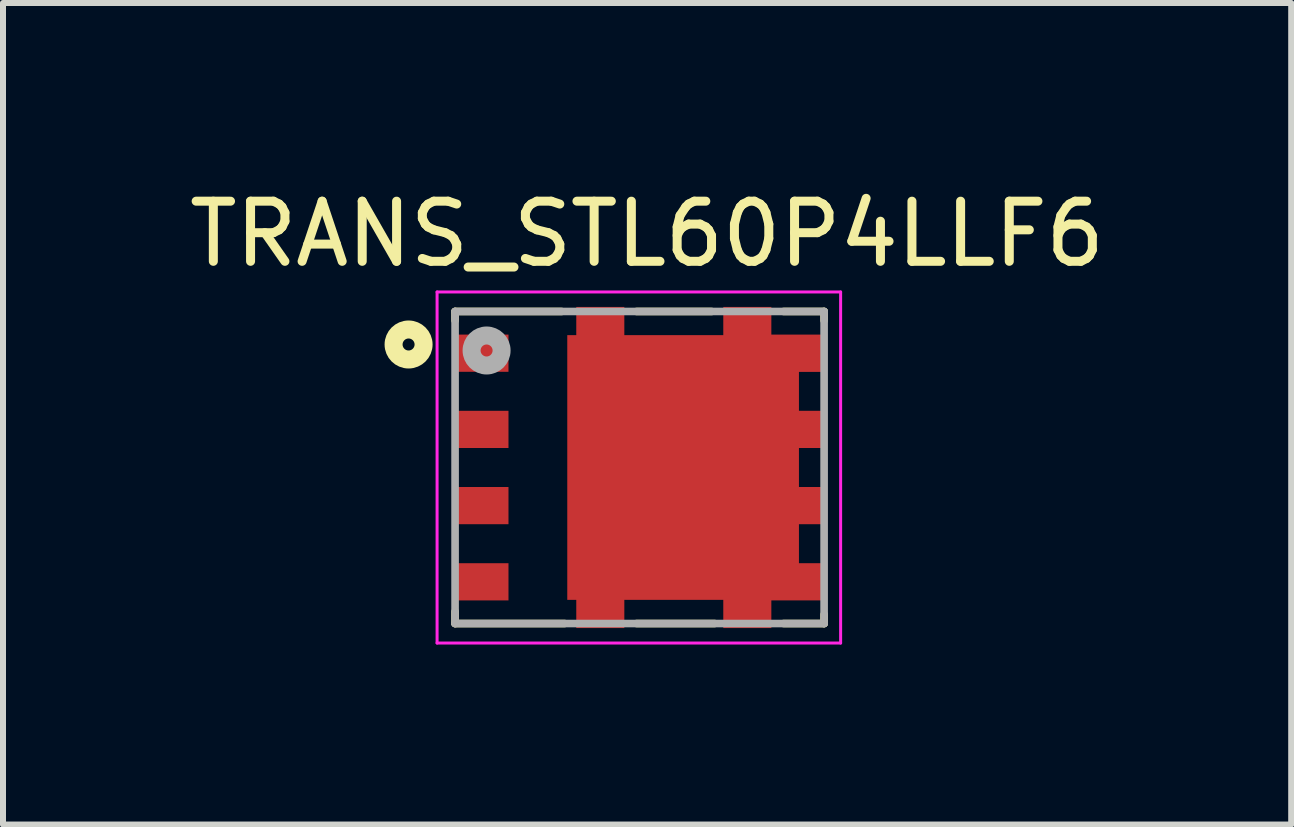
<source format=kicad_pcb>
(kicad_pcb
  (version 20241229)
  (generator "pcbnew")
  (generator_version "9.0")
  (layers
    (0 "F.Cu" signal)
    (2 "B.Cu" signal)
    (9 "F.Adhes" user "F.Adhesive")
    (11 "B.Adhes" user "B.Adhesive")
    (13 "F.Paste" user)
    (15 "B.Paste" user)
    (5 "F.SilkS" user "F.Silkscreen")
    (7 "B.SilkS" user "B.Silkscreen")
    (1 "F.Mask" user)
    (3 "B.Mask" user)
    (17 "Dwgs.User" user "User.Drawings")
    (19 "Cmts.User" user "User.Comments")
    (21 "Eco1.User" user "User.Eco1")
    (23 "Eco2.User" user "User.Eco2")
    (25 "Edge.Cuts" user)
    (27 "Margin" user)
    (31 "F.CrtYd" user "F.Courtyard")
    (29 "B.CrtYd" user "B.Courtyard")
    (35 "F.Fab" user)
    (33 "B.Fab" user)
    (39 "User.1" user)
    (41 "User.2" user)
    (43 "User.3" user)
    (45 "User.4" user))
  (footprint "TRANS_STL60P4LLF6"
    (layer "F.Cu")
    (at 7.609 4.741)
    (property "Reference" "TRANS_STL60P4LLF6" (at 0.125 -3.892 0) (layer "F.SilkS") (effects (font (size 1.002 1.002) (thickness 0.15))))
    (attr through_hole)
    (fp_poly (pts (xy -1.302 -2.3) (xy 2.75 -2.3) (xy 2.75 2.303) (xy -1.302 2.303)) (stroke (width 0.01) (type solid)) (fill yes) (layer "F.Mask"))
    (fp_poly (pts (xy -1.101 -2.75) (xy -0.2 -2.75) (xy -0.2 -2.253) (xy -1.101 -2.253)) (stroke (width 0.01) (type solid)) (fill yes) (layer "F.Mask"))
    (fp_poly (pts (xy -1.101 2.25) (xy -0.2 2.25) (xy -0.2 2.752) (xy -1.101 2.752)) (stroke (width 0.01) (type solid)) (fill yes) (layer "F.Mask"))
    (fp_poly (pts (xy 1.35 -2.75) (xy 2.25 -2.75) (xy 2.25 -2.251) (xy 1.35 -2.251)) (stroke (width 0.01) (type solid)) (fill yes) (layer "F.Mask"))
    (fp_poly (pts (xy 1.351 2.25) (xy 2.25 2.25) (xy 2.25 2.752) (xy 1.351 2.752)) (stroke (width 0.01) (type solid)) (fill yes) (layer "F.Mask"))
    (fp_line (start -3.075 -2.6) (end -3.075 -2.45) (stroke (width 0.127) (type solid)) (layer "F.SilkS"))
    (fp_line (start -3.075 -2.6) (end -1.3 -2.6) (stroke (width 0.127) (type solid)) (layer "F.SilkS"))
    (fp_line (start -3.075 2.4) (end -3.075 2.6) (stroke (width 0.127) (type solid)) (layer "F.SilkS"))
    (fp_line (start -3.075 2.6) (end -1.25 2.6) (stroke (width 0.127) (type solid)) (layer "F.SilkS"))
    (fp_line (start -0.05 -2.6) (end 1.2 -2.6) (stroke (width 0.127) (type solid)) (layer "F.SilkS"))
    (fp_line (start 1.25 2.6) (end -0.05 2.6) (stroke (width 0.127) (type solid)) (layer "F.SilkS"))
    (fp_line (start 2.4 -2.6) (end 3.075 -2.6) (stroke (width 0.127) (type solid)) (layer "F.SilkS"))
    (fp_line (start 3.075 -2.6) (end 3.075 -2.45) (stroke (width 0.127) (type solid)) (layer "F.SilkS"))
    (fp_line (start 3.075 2.45) (end 3.075 2.6) (stroke (width 0.127) (type solid)) (layer "F.SilkS"))
    (fp_line (start 3.075 2.6) (end 2.4 2.6) (stroke (width 0.127) (type solid)) (layer "F.SilkS"))
    (fp_circle (center -3.85 -2.05) (end -3.75 -2.05) (stroke (width 0.3) (type solid)) (fill no) (layer "F.SilkS"))
    (fp_poly (pts (xy -0.701 -1.55) (xy 1.7 -1.55) (xy 1.7 1.552) (xy -0.701 1.552)) (stroke (width 0.01) (type solid)) (fill yes) (layer "F.Paste"))
    (fp_line (start -3.375 -2.925) (end 3.35 -2.925) (stroke (width 0.05) (type solid)) (layer "F.CrtYd"))
    (fp_line (start -3.375 2.925) (end -3.375 -2.925) (stroke (width 0.05) (type solid)) (layer "F.CrtYd"))
    (fp_line (start 3.35 -2.925) (end 3.35 2.925) (stroke (width 0.05) (type solid)) (layer "F.CrtYd"))
    (fp_line (start 3.35 2.925) (end -3.375 2.925) (stroke (width 0.05) (type solid)) (layer "F.CrtYd"))
    (fp_line (start -3.075 -2.6) (end 3.075 -2.6) (stroke (width 0.127) (type solid)) (layer "F.Fab"))
    (fp_line (start -3.075 2.6) (end -3.075 -2.6) (stroke (width 0.127) (type solid)) (layer "F.Fab"))
    (fp_line (start 3.075 -2.6) (end 3.075 2.6) (stroke (width 0.127) (type solid)) (layer "F.Fab"))
    (fp_line (start 3.075 2.6) (end -3.075 2.6) (stroke (width 0.127) (type solid)) (layer "F.Fab"))
    (fp_circle (center -2.55 -1.95) (end -2.45 -1.95) (stroke (width 0.3) (type solid)) (fill no) (layer "F.Fab"))
    (pad "1" smd rect (at -2.655 -1.905) (size 0.94 0.62) (layers "F.Cu" "F.Mask" "F.Paste"))
    (pad "2" smd rect (at -2.655 -0.635) (size 0.94 0.62) (layers "F.Cu" "F.Mask" "F.Paste"))
    (pad "3" smd rect (at -2.655 0.635) (size 0.94 0.62) (layers "F.Cu" "F.Mask" "F.Paste"))
    (pad "4" smd rect (at -2.655 1.905) (size 0.94 0.62) (layers "F.Cu" "F.Mask" "F.Paste"))
    (pad "5" smd custom (at 2.655 1.905) (size 0.94 0.62) (layers "F.Cu" "F.Mask" "F.Paste") (options (anchor rect)) (primitives (gr_poly (pts (xy 0.465 -4.11) (xy 0.465 -3.505) (xy 0 -3.505) (xy 0 -2.845) (xy 0.465 -2.845) (xy 0.465 -2.235) (xy 0 -2.235) (xy 0 -1.575) (xy 0.465 -1.575) (xy 0.465 -0.965) (xy 0 -0.965) (xy 0 -0.305) (xy 0.465 -0.305) (xy 0.465 0.3) (xy -0.46 0.3) (xy -0.46 0.77) (xy -1.26 0.77) (xy -1.26 0.3) (xy -2.91 0.3) (xy -2.91 0.77) (xy -3.71 0.77) (xy -3.71 0.3) (xy -3.86 0.3) (xy -3.86 -4.11) (xy -3.71 -4.11) (xy -3.71 -4.58) (xy -2.91 -4.58) (xy -2.91 -4.11) (xy -1.26 -4.11) (xy -1.26 -4.58) (xy -0.46 -4.58) (xy -0.46 -4.11)) (width 0.001) (fill yes))))
    (pad "6" smd rect (at 2.655 0.635) (size 0.94 0.62) (layers "F.Cu" "F.Mask" "F.Paste"))
    (pad "7" smd rect (at 2.655 -0.635) (size 0.94 0.62) (layers "F.Cu" "F.Mask" "F.Paste"))
    (pad "8" smd rect (at 2.655 -1.905) (size 0.94 0.62) (layers "F.Cu" "F.Mask" "F.Paste")))
  (gr_rect
    (start -3 -3)
    (end 18.468 10.691)
    (stroke (width 0.1) (type default))
    (fill no)
    (layer "Edge.Cuts")))
</source>
